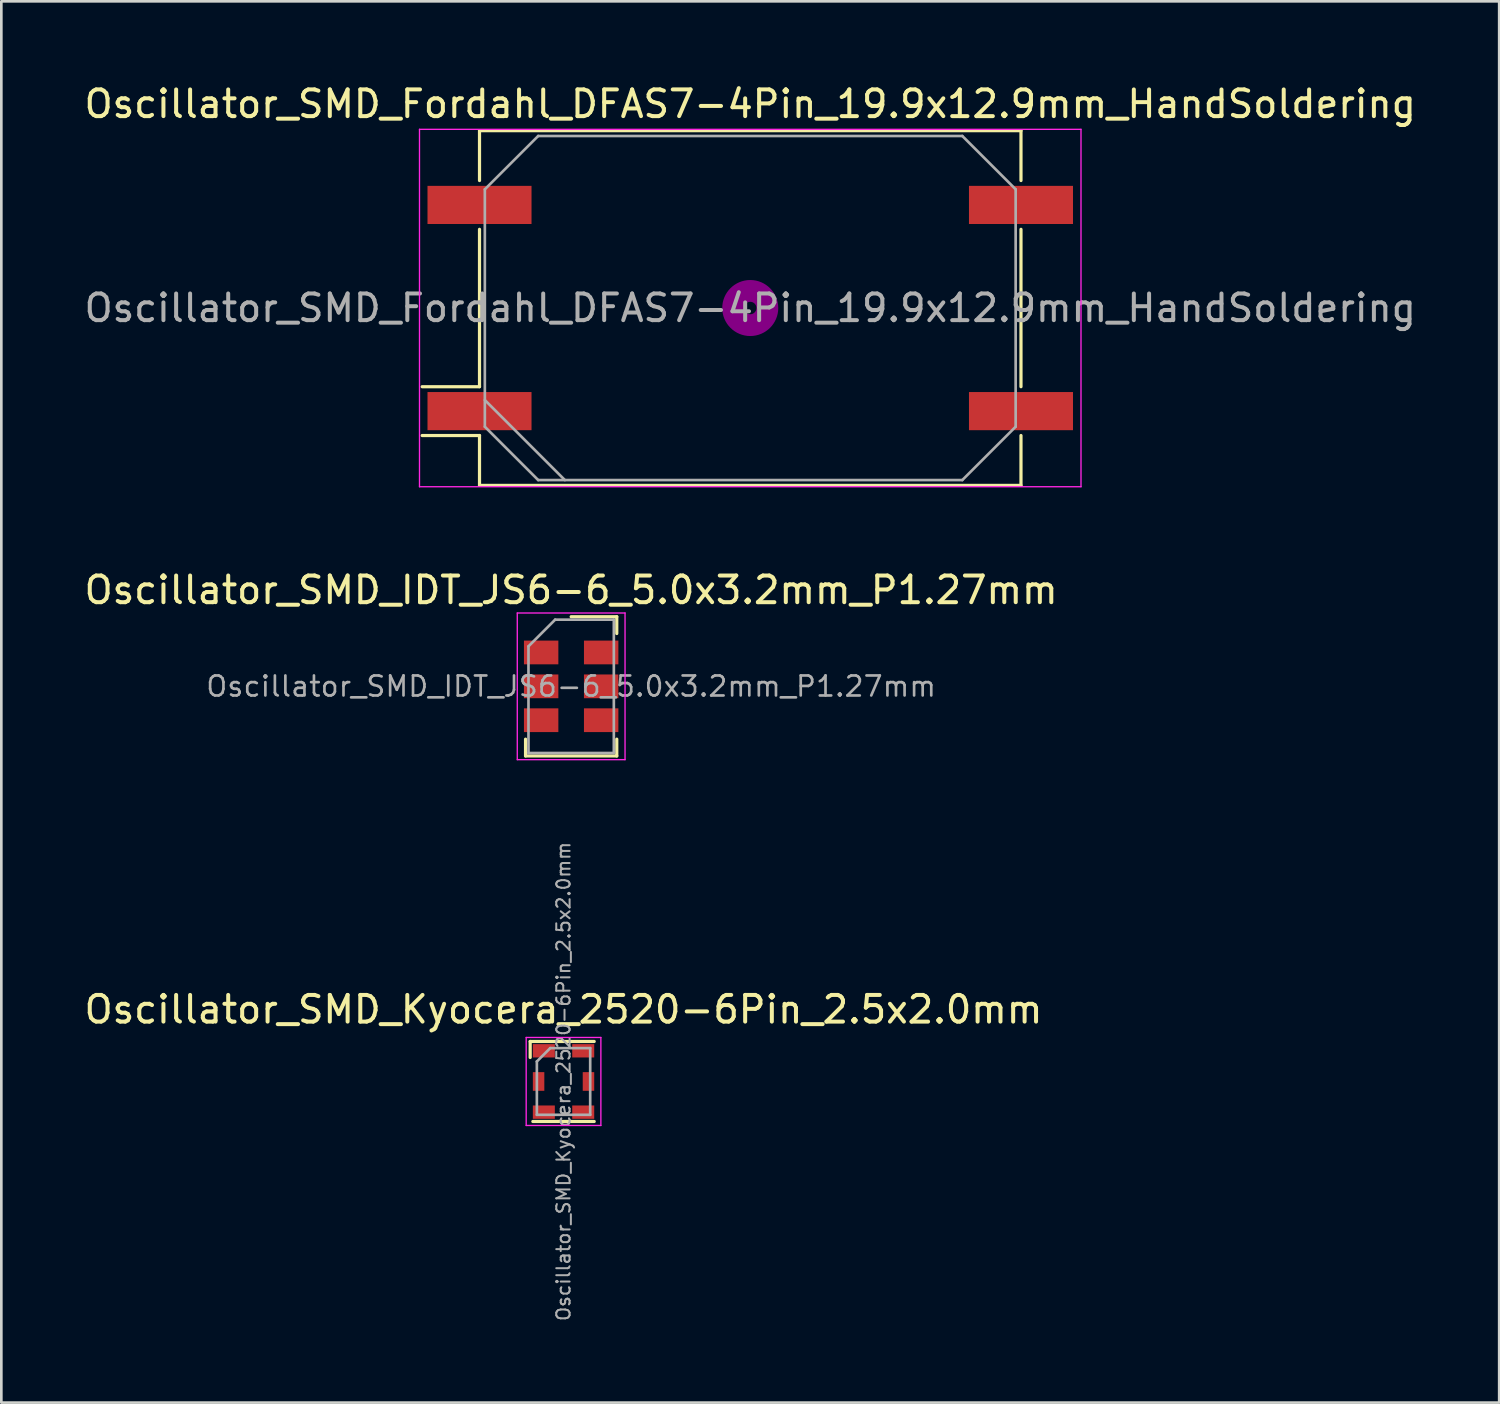
<source format=kicad_pcb>
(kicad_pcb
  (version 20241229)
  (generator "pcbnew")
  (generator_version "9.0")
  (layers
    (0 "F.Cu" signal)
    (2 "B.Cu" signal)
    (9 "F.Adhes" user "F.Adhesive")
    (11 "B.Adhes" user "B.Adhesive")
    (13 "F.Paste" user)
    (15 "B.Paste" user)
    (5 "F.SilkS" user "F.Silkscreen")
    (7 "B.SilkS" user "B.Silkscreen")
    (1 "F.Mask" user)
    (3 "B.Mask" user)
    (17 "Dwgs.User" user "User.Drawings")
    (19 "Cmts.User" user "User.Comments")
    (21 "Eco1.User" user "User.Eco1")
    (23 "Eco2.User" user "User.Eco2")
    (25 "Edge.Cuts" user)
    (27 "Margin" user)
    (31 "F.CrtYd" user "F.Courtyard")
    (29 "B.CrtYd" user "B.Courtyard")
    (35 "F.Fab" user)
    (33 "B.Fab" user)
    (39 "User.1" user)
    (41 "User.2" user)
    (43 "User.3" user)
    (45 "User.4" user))
  (footprint "Oscillator_SMD_IDT_JS6-6_5.0x3.2mm_P1.27mm"
    (layer "F.Cu")
    (at 18.363 22.681)
    (property "Reference" "Oscillator_SMD_IDT_JS6-6_5.0x3.2mm_P1.27mm" (at 0 -3.61 0) (layer "F.SilkS") (effects (font (size 1 1) (thickness 0.15))))
    (attr smd)
    (fp_line (start -1.71 2.61) (end -1.71 1.98) (stroke (width 0.12) (type solid)) (layer "F.SilkS"))
    (fp_line (start 0 -2.61) (end 1.71 -2.61) (stroke (width 0.12) (type solid)) (layer "F.SilkS"))
    (fp_line (start 1.71 -2.61) (end 1.71 -1.98) (stroke (width 0.12) (type solid)) (layer "F.SilkS"))
    (fp_line (start 1.71 1.98) (end 1.71 2.61) (stroke (width 0.12) (type solid)) (layer "F.SilkS"))
    (fp_line (start 1.71 2.61) (end -1.71 2.61) (stroke (width 0.12) (type solid)) (layer "F.SilkS"))
    (fp_line (start -2.02 -2.75) (end -2.02 2.75) (stroke (width 0.05) (type solid)) (layer "F.CrtYd"))
    (fp_line (start -2.02 2.75) (end 2.02 2.75) (stroke (width 0.05) (type solid)) (layer "F.CrtYd"))
    (fp_line (start 2.02 -2.75) (end -2.02 -2.75) (stroke (width 0.05) (type solid)) (layer "F.CrtYd"))
    (fp_line (start 2.02 2.75) (end 2.02 -2.75) (stroke (width 0.05) (type solid)) (layer "F.CrtYd"))
    (fp_line (start -1.6 -1.5) (end -1.6 2.5) (stroke (width 0.1) (type solid)) (layer "F.Fab"))
    (fp_line (start -1.6 2.5) (end 1.6 2.5) (stroke (width 0.1) (type solid)) (layer "F.Fab"))
    (fp_line (start -0.6 -2.5) (end -1.6 -1.5) (stroke (width 0.1) (type solid)) (layer "F.Fab"))
    (fp_line (start 1.6 -2.5) (end -0.6 -2.5) (stroke (width 0.1) (type solid)) (layer "F.Fab"))
    (fp_line (start 1.6 2.5) (end 1.6 -2.5) (stroke (width 0.1) (type solid)) (layer "F.Fab"))
    (fp_text user "${REFERENCE}" (at 0 0 0) (layer "F.Fab") (effects (font (size 0.75 0.75) (thickness 0.1))))
    (pad "1" smd rect (at -1.125 -1.27 270) (size 0.89 1.29) (layers "F.Cu" "F.Mask" "F.Paste"))
    (pad "2" smd rect (at -1.125 0 270) (size 0.89 1.29) (layers "F.Cu" "F.Mask" "F.Paste"))
    (pad "3" smd rect (at -1.125 1.27 270) (size 0.89 1.29) (layers "F.Cu" "F.Mask" "F.Paste"))
    (pad "4" smd rect (at 1.125 1.27 270) (size 0.89 1.29) (layers "F.Cu" "F.Mask" "F.Paste"))
    (pad "5" smd rect (at 1.125 0 270) (size 0.89 1.29) (layers "F.Cu" "F.Mask" "F.Paste"))
    (pad "6" smd rect (at 1.125 -1.27 270) (size 0.89 1.29) (layers "F.Cu" "F.Mask" "F.Paste")))
  (footprint "Oscillator_SMD_Fordahl_DFAS7-4Pin_19.9x12.9mm_HandSoldering"
    (layer "F.Cu")
    (at 25.077 8.498)
    (property "Reference" "Oscillator_SMD_Fordahl_DFAS7-4Pin_19.9x12.9mm_HandSoldering" (at 0 -7.65 0) (layer "F.SilkS") (effects (font (size 1 1) (thickness 0.15))))
    (attr smd)
    (fp_line (start -12.3 2.95) (end -10.15 2.95) (stroke (width 0.12) (type solid)) (layer "F.SilkS"))
    (fp_line (start -12.3 4.78) (end -10.15 4.78) (stroke (width 0.12) (type solid)) (layer "F.SilkS"))
    (fp_line (start -10.15 -6.65) (end 10.15 -6.65) (stroke (width 0.12) (type solid)) (layer "F.SilkS"))
    (fp_line (start -10.15 -4.78) (end -10.15 -6.65) (stroke (width 0.12) (type solid)) (layer "F.SilkS"))
    (fp_line (start -10.15 2.95) (end -10.15 -2.95) (stroke (width 0.12) (type solid)) (layer "F.SilkS"))
    (fp_line (start -10.15 4.78) (end -10.15 6.65) (stroke (width 0.12) (type solid)) (layer "F.SilkS"))
    (fp_line (start -10.15 6.65) (end 10.15 6.65) (stroke (width 0.12) (type solid)) (layer "F.SilkS"))
    (fp_line (start 10.15 -6.65) (end 10.15 -4.78) (stroke (width 0.12) (type solid)) (layer "F.SilkS"))
    (fp_line (start 10.15 -2.95) (end 10.15 2.95) (stroke (width 0.12) (type solid)) (layer "F.SilkS"))
    (fp_line (start 10.15 6.65) (end 10.15 4.78) (stroke (width 0.12) (type solid)) (layer "F.SilkS"))
    (fp_circle (center 0 0) (end 0.233 0) (stroke (width 0.467) (type solid)) (fill no) (layer "F.Adhes"))
    (fp_circle (center 0 0) (end 0.533 0) (stroke (width 0.333) (type solid)) (fill no) (layer "F.Adhes"))
    (fp_circle (center 0 0) (end 0.833 0) (stroke (width 0.333) (type solid)) (fill no) (layer "F.Adhes"))
    (fp_circle (center 0 0) (end 1 0) (stroke (width 0.1) (type solid)) (fill no) (layer "F.Adhes"))
    (fp_line (start -12.4 -6.7) (end -12.4 6.7) (stroke (width 0.05) (type solid)) (layer "F.CrtYd"))
    (fp_line (start -12.4 6.7) (end 12.4 6.7) (stroke (width 0.05) (type solid)) (layer "F.CrtYd"))
    (fp_line (start 12.4 -6.7) (end -12.4 -6.7) (stroke (width 0.05) (type solid)) (layer "F.CrtYd"))
    (fp_line (start 12.4 6.7) (end 12.4 -6.7) (stroke (width 0.05) (type solid)) (layer "F.CrtYd"))
    (fp_line (start -9.95 -4.45) (end -7.95 -6.45) (stroke (width 0.1) (type solid)) (layer "F.Fab"))
    (fp_line (start -9.95 3.45) (end -6.95 6.45) (stroke (width 0.1) (type solid)) (layer "F.Fab"))
    (fp_line (start -9.95 4.45) (end -9.95 -4.45) (stroke (width 0.1) (type solid)) (layer "F.Fab"))
    (fp_line (start -7.95 -6.45) (end 7.95 -6.45) (stroke (width 0.1) (type solid)) (layer "F.Fab"))
    (fp_line (start -7.95 6.45) (end -9.95 4.45) (stroke (width 0.1) (type solid)) (layer "F.Fab"))
    (fp_line (start 7.95 -6.45) (end 9.95 -4.45) (stroke (width 0.1) (type solid)) (layer "F.Fab"))
    (fp_line (start 7.95 6.45) (end -7.95 6.45) (stroke (width 0.1) (type solid)) (layer "F.Fab"))
    (fp_line (start 9.95 -4.45) (end 9.95 4.45) (stroke (width 0.1) (type solid)) (layer "F.Fab"))
    (fp_line (start 9.95 4.45) (end 7.95 6.45) (stroke (width 0.1) (type solid)) (layer "F.Fab"))
    (fp_text user "${REFERENCE}" (at 0 0 0) (layer "F.Fab") (effects (font (size 1 1) (thickness 0.15))))
    (pad "1" smd rect (at -10.15 3.865) (size 3.9 1.43) (layers "F.Cu" "F.Mask" "F.Paste"))
    (pad "2" smd rect (at 10.15 3.865) (size 3.9 1.43) (layers "F.Cu" "F.Mask" "F.Paste"))
    (pad "3" smd rect (at 10.15 -3.865) (size 3.9 1.43) (layers "F.Cu" "F.Mask" "F.Paste"))
    (pad "4" smd rect (at -10.15 -3.865) (size 3.9 1.43) (layers "F.Cu" "F.Mask" "F.Paste")))
  (footprint "Oscillator_SMD_Kyocera_2520-6Pin_2.5x2.0mm"
    (layer "F.Cu")
    (at 18.077 37.495)
    (property "Reference" "Oscillator_SMD_Kyocera_2520-6Pin_2.5x2.0mm" (at 0 -2.7 0) (layer "F.SilkS") (effects (font (size 1 1) (thickness 0.15))))
    (attr smd)
    (fp_line (start -1.25 -1.5) (end -1.25 -0.9) (stroke (width 0.12) (type solid)) (layer "F.SilkS"))
    (fp_line (start -1.15 1.5) (end 1.15 1.5) (stroke (width 0.12) (type solid)) (layer "F.SilkS"))
    (fp_line (start 1.15 -1.5) (end -1.25 -1.5) (stroke (width 0.12) (type solid)) (layer "F.SilkS"))
    (fp_line (start -1.4 -1.65) (end 1.4 -1.65) (stroke (width 0.05) (type solid)) (layer "F.CrtYd"))
    (fp_line (start -1.4 1.65) (end -1.4 -1.65) (stroke (width 0.05) (type solid)) (layer "F.CrtYd"))
    (fp_line (start 1.4 -1.65) (end 1.4 1.65) (stroke (width 0.05) (type solid)) (layer "F.CrtYd"))
    (fp_line (start 1.4 1.65) (end -1.4 1.65) (stroke (width 0.05) (type solid)) (layer "F.CrtYd"))
    (fp_line (start -1 -0.75) (end -0.5 -1.25) (stroke (width 0.1) (type solid)) (layer "F.Fab"))
    (fp_line (start -1 1.25) (end -1 -0.75) (stroke (width 0.1) (type solid)) (layer "F.Fab"))
    (fp_line (start -0.5 -1.25) (end 1 -1.25) (stroke (width 0.1) (type solid)) (layer "F.Fab"))
    (fp_line (start 1 -1.25) (end 1 1.25) (stroke (width 0.1) (type solid)) (layer "F.Fab"))
    (fp_line (start 1 1.25) (end -1 1.25) (stroke (width 0.1) (type solid)) (layer "F.Fab"))
    (fp_text user "${REFERENCE}" (at 0 0 90) (layer "F.Fab") (effects (font (size 0.5 0.5) (thickness 0.075))))
    (pad "1" smd rect (at -0.738 -1.15) (size 0.825 0.5) (layers "F.Cu" "F.Mask" "F.Paste"))
    (pad "2" smd rect (at -0.935 0) (size 0.43 0.7) (layers "F.Cu" "F.Mask" "F.Paste"))
    (pad "3" smd rect (at -0.738 1.15) (size 0.825 0.5) (layers "F.Cu" "F.Mask" "F.Paste"))
    (pad "4" smd rect (at 0.738 1.15) (size 0.825 0.5) (layers "F.Cu" "F.Mask" "F.Paste"))
    (pad "5" smd rect (at 0.935 0) (size 0.43 0.7) (layers "F.Cu" "F.Mask" "F.Paste"))
    (pad "6" smd rect (at 0.738 -1.15) (size 0.825 0.5) (layers "F.Cu" "F.Mask" "F.Paste")))
  (gr_rect
    (start -3 -3)
    (end 53.155 49.534)
    (stroke (width 0.1) (type default))
    (fill no)
    (layer "Edge.Cuts")))
</source>
